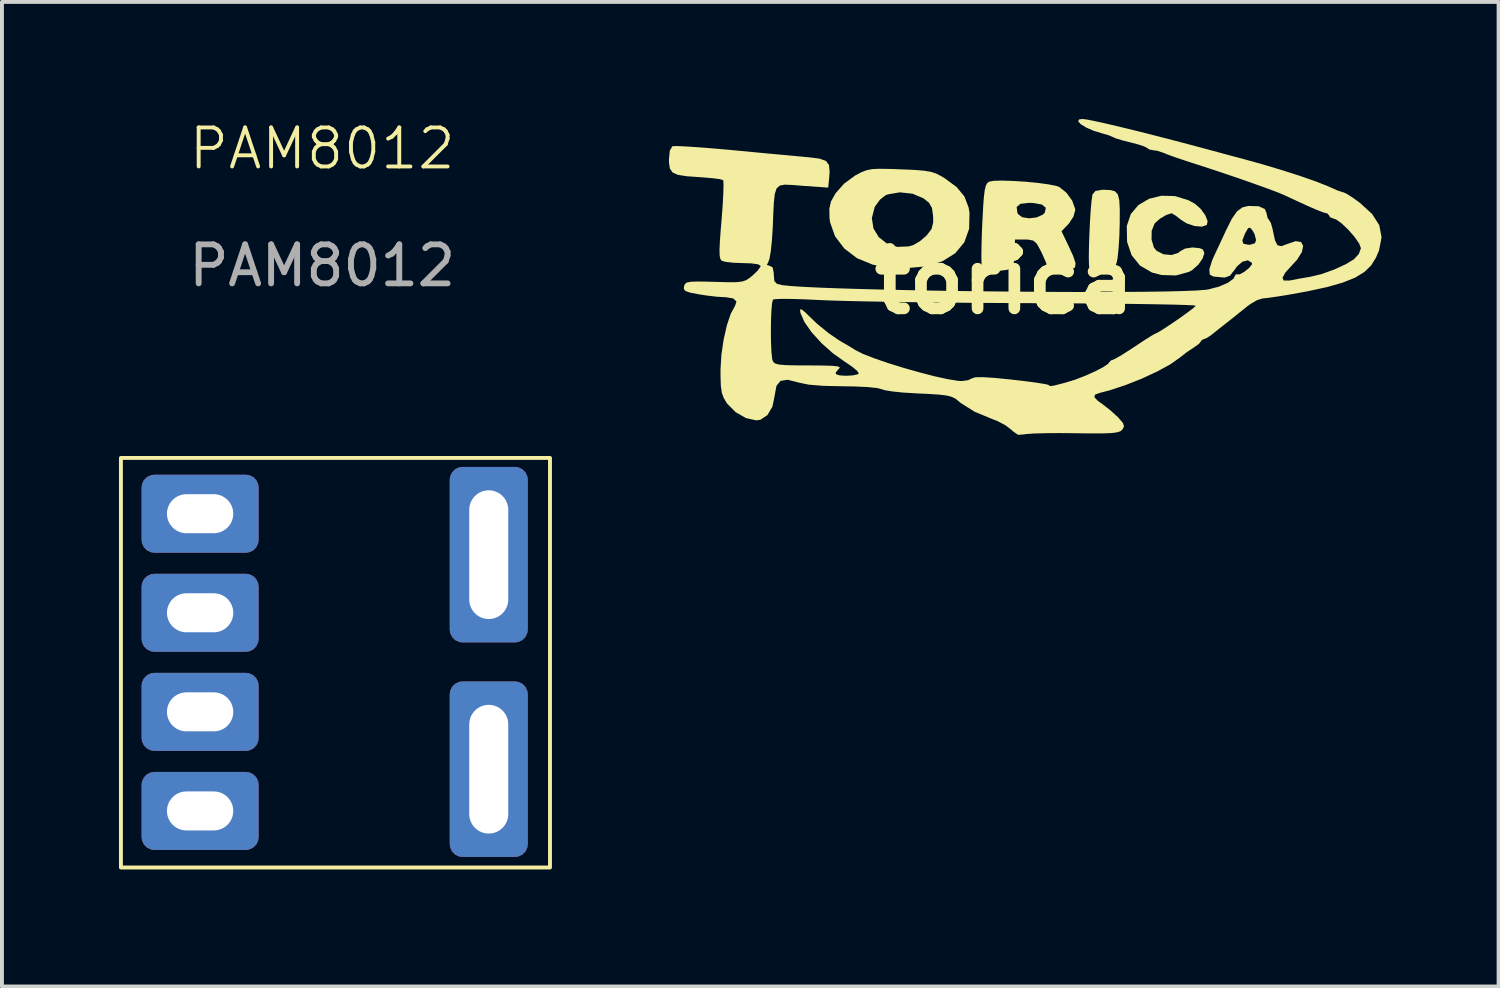
<source format=kicad_pcb>
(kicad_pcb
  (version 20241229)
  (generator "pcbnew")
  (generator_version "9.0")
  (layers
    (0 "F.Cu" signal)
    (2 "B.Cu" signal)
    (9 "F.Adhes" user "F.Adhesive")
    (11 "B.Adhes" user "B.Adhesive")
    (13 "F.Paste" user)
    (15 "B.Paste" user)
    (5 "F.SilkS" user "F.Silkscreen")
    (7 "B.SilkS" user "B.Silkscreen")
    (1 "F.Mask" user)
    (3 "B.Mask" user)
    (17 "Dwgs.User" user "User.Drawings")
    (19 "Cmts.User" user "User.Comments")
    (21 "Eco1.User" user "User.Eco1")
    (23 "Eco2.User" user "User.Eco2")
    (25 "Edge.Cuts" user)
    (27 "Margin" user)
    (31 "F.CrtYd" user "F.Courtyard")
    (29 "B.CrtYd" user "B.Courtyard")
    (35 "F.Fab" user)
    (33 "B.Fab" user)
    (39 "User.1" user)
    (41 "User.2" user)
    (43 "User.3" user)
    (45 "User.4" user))
  (footprint "PAM8012"
    (layer "F.Cu")
    (at 5.43 14.05)
    (property "Reference" "PAM8012" (at -0.22 -13.29 0) (unlocked yes) (layer "F.SilkS") (effects (font (size 1 1) (thickness 0.1))))
    (attr through_hole)
    (fp_rect (start -5.38 -5.36) (end 5.62 5.14) (stroke (width 0.1) (type default)) (fill no) (layer "F.SilkS"))
    (fp_text user "${REFERENCE}" (at -0.22 -10.29 0) (unlocked yes) (layer "F.Fab") (effects (font (size 1 1) (thickness 0.15))))
    (pad "1" thru_hole roundrect (at -3.35 -3.93) (size 3 2) (drill oval 1.7 1) (layers "*.Cu" "*.Mask") (roundrect_rratio 0.164))
    (pad "2" thru_hole roundrect (at -3.35 -1.39) (size 3 2) (drill oval 1.7 1) (layers "*.Cu" "*.Mask") (roundrect_rratio 0.164))
    (pad "3" thru_hole roundrect (at -3.35 1.15) (size 3 2) (drill oval 1.7 1) (layers "*.Cu" "*.Mask") (roundrect_rratio 0.164))
    (pad "4" thru_hole roundrect (at -3.35 3.69) (size 3 2) (drill oval 1.7 1) (layers "*.Cu" "*.Mask") (roundrect_rratio 0.164))
    (pad "5" thru_hole roundrect (at 4.05 -2.88) (size 2 4.5) (drill oval 1 3.3) (layers "*.Cu" "*.Mask") (roundrect_rratio 0.164))
    (pad "6" thru_hole roundrect (at 4.05 2.62) (size 2 4.5) (drill oval 1 3.3) (layers "*.Cu" "*.Mask") (roundrect_rratio 0.164)))
  (footprint "torica"
    (layer "F.Cu")
    (at 22.701 4.166)
    (property "Reference" "torica" (at 0 0 0) (layer "F.SilkS") (effects (font (size 1.524 1.524) (thickness 0.3))))
    (attr board_only exclude_from_pos_files exclude_from_bom)
    (fp_poly (pts (xy 2.715 -2.344) (xy 2.833 -2.312) (xy 2.906 -2.233) (xy 2.944 -2.085) (xy 2.957 -1.846) (xy 2.955 -1.497) (xy 2.955 -1.471) (xy 2.945 -1.14) (xy 2.925 -0.838) (xy 2.9 -0.602) (xy 2.878 -0.487) (xy 2.825 -0.35) (xy 2.744 -0.287) (xy 2.592 -0.269) (xy 2.519 -0.269) (xy 2.329 -0.285) (xy 2.201 -0.324) (xy 2.179 -0.344) (xy 2.167 -0.434) (xy 2.163 -0.627) (xy 2.167 -0.892) (xy 2.177 -1.198) (xy 2.192 -1.513) (xy 2.21 -1.808) (xy 2.231 -2.05) (xy 2.253 -2.209) (xy 2.259 -2.234) (xy 2.333 -2.32) (xy 2.502 -2.35) (xy 2.541 -2.351)) (stroke (width 0) (type solid)) (fill yes) (layer "F.SilkS"))
    (fp_poly (pts (xy 4.372 -2.189) (xy 4.717 -2.083) (xy 4.884 -1.991) (xy 5.032 -1.86) (xy 5.148 -1.7) (xy 5.208 -1.55) (xy 5.191 -1.45) (xy 5.063 -1.405) (xy 4.873 -1.422) (xy 4.67 -1.49) (xy 4.529 -1.579) (xy 4.39 -1.688) (xy 4.291 -1.745) (xy 4.279 -1.747) (xy 4.15 -1.706) (xy 3.988 -1.61) (xy 3.859 -1.496) (xy 3.849 -1.484) (xy 3.775 -1.3) (xy 3.771 -1.075) (xy 3.832 -0.872) (xy 3.898 -0.788) (xy 4.078 -0.697) (xy 4.283 -0.678) (xy 4.456 -0.732) (xy 4.502 -0.773) (xy 4.63 -0.843) (xy 4.821 -0.872) (xy 5.008 -0.853) (xy 5.086 -0.821) (xy 5.126 -0.728) (xy 5.08 -0.588) (xy 4.971 -0.432) (xy 4.818 -0.296) (xy 4.732 -0.246) (xy 4.396 -0.154) (xy 4.021 -0.166) (xy 3.783 -0.229) (xy 3.476 -0.406) (xy 3.26 -0.674) (xy 3.144 -1.015) (xy 3.137 -1.413) (xy 3.14 -1.434) (xy 3.24 -1.73) (xy 3.437 -1.961) (xy 3.708 -2.12) (xy 4.028 -2.198)) (stroke (width 0) (type solid)) (fill yes) (layer "F.SilkS"))
    (fp_poly (pts (xy -2.942 -2.885) (xy -2.663 -2.875) (xy -2.311 -2.86) (xy -2.062 -2.84) (xy -1.883 -2.81) (xy -1.742 -2.763) (xy -1.607 -2.692) (xy -1.535 -2.648) (xy -1.224 -2.419) (xy -1.025 -2.177) (xy -0.918 -1.894) (xy -0.896 -1.759) (xy -0.905 -1.351) (xy -1.029 -1.004) (xy -1.262 -0.723) (xy -1.596 -0.515) (xy -2.024 -0.385) (xy -2.539 -0.34) (xy -2.573 -0.341) (xy -2.873 -0.356) (xy -3.172 -0.391) (xy -3.379 -0.432) (xy -3.779 -0.596) (xy -4.107 -0.846) (xy -4.344 -1.16) (xy -4.471 -1.52) (xy -4.484 -1.62) (xy -3.4 -1.62) (xy -3.357 -1.357) (xy -3.221 -1.135) (xy -3.011 -0.971) (xy -2.748 -0.886) (xy -2.452 -0.899) (xy -2.329 -0.937) (xy -2.171 -1.029) (xy -2.004 -1.171) (xy -1.987 -1.189) (xy -1.87 -1.344) (xy -1.827 -1.512) (xy -1.829 -1.678) (xy -1.858 -1.884) (xy -1.934 -2.018) (xy -2.076 -2.131) (xy -2.357 -2.25) (xy -2.683 -2.285) (xy -2.993 -2.232) (xy -3.051 -2.208) (xy -3.193 -2.096) (xy -3.317 -1.924) (xy -3.328 -1.903) (xy -3.4 -1.62) (xy -4.484 -1.62) (xy -4.485 -1.627) (xy -4.489 -1.868) (xy -4.447 -2.051) (xy -4.338 -2.247) (xy -4.327 -2.264) (xy -4.109 -2.51) (xy -3.828 -2.716) (xy -3.809 -2.726) (xy -3.663 -2.802) (xy -3.535 -2.852) (xy -3.393 -2.88) (xy -3.206 -2.889)) (stroke (width 0) (type solid)) (fill yes) (layer "F.SilkS"))
    (fp_poly (pts (xy 0.229 -2.577) (xy 0.543 -2.557) (xy 0.854 -2.527) (xy 1.127 -2.49) (xy 1.329 -2.45) (xy 1.405 -2.422) (xy 1.589 -2.275) (xy 1.737 -2.071) (xy 1.811 -1.866) (xy 1.814 -1.826) (xy 1.769 -1.663) (xy 1.657 -1.491) (xy 1.639 -1.47) (xy 1.463 -1.287) (xy 1.635 -0.929) (xy 1.763 -0.651) (xy 1.823 -0.469) (xy 1.811 -0.363) (xy 1.722 -0.309) (xy 1.551 -0.286) (xy 1.494 -0.282) (xy 1.28 -0.278) (xy 1.164 -0.302) (xy 1.11 -0.365) (xy 1.104 -0.383) (xy 1.053 -0.515) (xy 0.968 -0.707) (xy 0.928 -0.79) (xy 0.831 -0.965) (xy 0.739 -1.048) (xy 0.603 -1.074) (xy 0.528 -1.075) (xy 0.269 -1.075) (xy 0.269 -0.753) (xy 0.253 -0.545) (xy 0.213 -0.389) (xy 0.188 -0.349) (xy 0.075 -0.3) (xy -0.109 -0.275) (xy -0.313 -0.273) (xy -0.486 -0.295) (xy -0.574 -0.341) (xy -0.586 -0.43) (xy -0.591 -0.628) (xy -0.588 -0.91) (xy -0.578 -1.252) (xy -0.57 -1.451) (xy -0.549 -1.851) (xy -0.546 -1.909) (xy 0.313 -1.909) (xy 0.331 -1.767) (xy 0.349 -1.727) (xy 0.457 -1.646) (xy 0.635 -1.619) (xy 0.828 -1.643) (xy 0.986 -1.714) (xy 1.035 -1.766) (xy 1.06 -1.89) (xy 0.96 -1.972) (xy 0.737 -2.012) (xy 0.627 -2.015) (xy 0.41 -1.99) (xy 0.313 -1.909) (xy -0.546 -1.909) (xy -0.53 -2.138) (xy -0.507 -2.331) (xy -0.479 -2.452) (xy -0.442 -2.521) (xy -0.394 -2.558) (xy -0.274 -2.581) (xy -0.055 -2.586)) (stroke (width 0) (type solid)) (fill yes) (layer "F.SilkS"))
    (fp_poly (pts (xy 2.129 -4.149) (xy 2.373 -4.099) (xy 2.715 -4.022) (xy 3.139 -3.921) (xy 3.631 -3.799) (xy 4.173 -3.66) (xy 4.75 -3.509) (xy 5.342 -3.35) (xy 5.623 -3.274) (xy 5.894 -3.201) (xy 6.081 -3.152) (xy 6.594 -3.01) (xy 7.096 -2.86) (xy 7.562 -2.711) (xy 7.963 -2.572) (xy 8.271 -2.451) (xy 8.362 -2.411) (xy 8.539 -2.333) (xy 8.667 -2.289) (xy 8.692 -2.285) (xy 8.775 -2.247) (xy 8.93 -2.148) (xy 9.11 -2.018) (xy 9.425 -1.732) (xy 9.61 -1.442) (xy 9.668 -1.134) (xy 9.604 -0.797) (xy 9.522 -0.605) (xy 9.399 -0.409) (xy 9.227 -0.243) (xy 8.992 -0.099) (xy 8.679 0.027) (xy 8.274 0.143) (xy 7.761 0.254) (xy 7.257 0.345) (xy 6.992 0.387) (xy 6.764 0.42) (xy 6.618 0.436) (xy 6.61 0.437) (xy 6.472 0.481) (xy 6.293 0.587) (xy 6.221 0.641) (xy 6.013 0.808) (xy 5.779 0.995) (xy 5.692 1.063) (xy 5.507 1.209) (xy 5.349 1.335) (xy 5.291 1.382) (xy 5.17 1.459) (xy 5.106 1.478) (xy 5.041 1.519) (xy 5.04 1.531) (xy 4.988 1.598) (xy 4.862 1.689) (xy 4.855 1.693) (xy 4.668 1.818) (xy 4.487 1.96) (xy 4.247 2.128) (xy 3.912 2.31) (xy 3.518 2.493) (xy 3.1 2.658) (xy 2.693 2.792) (xy 2.469 2.85) (xy 2.328 2.897) (xy 2.301 2.961) (xy 2.391 3.057) (xy 2.508 3.142) (xy 2.711 3.299) (xy 2.907 3.477) (xy 2.921 3.492) (xy 3.038 3.628) (xy 3.066 3.718) (xy 3.021 3.8) (xy 2.972 3.84) (xy 2.888 3.868) (xy 2.75 3.886) (xy 2.538 3.895) (xy 2.233 3.896) (xy 1.815 3.891) (xy 1.784 3.89) (xy 1.395 3.887) (xy 1.044 3.89) (xy 0.757 3.898) (xy 0.56 3.911) (xy 0.488 3.922) (xy 0.348 3.931) (xy 0.212 3.837) (xy 0.186 3.809) (xy 0.031 3.69) (xy -0.188 3.575) (xy -0.298 3.533) (xy -0.766 3.339) (xy -1.121 3.115) (xy -1.173 3.072) (xy -1.256 3.005) (xy -1.35 2.958) (xy -1.48 2.924) (xy -1.67 2.901) (xy -1.946 2.883) (xy -2.291 2.867) (xy -2.601 2.848) (xy -2.872 2.82) (xy -3.069 2.787) (xy -3.144 2.763) (xy -3.27 2.732) (xy -3.505 2.707) (xy -3.823 2.692) (xy -4.145 2.687) (xy -4.647 2.676) (xy -5.021 2.645) (xy -5.275 2.592) (xy -5.289 2.587) (xy -5.559 2.52) (xy -5.739 2.548) (xy -5.845 2.676) (xy -5.889 2.915) (xy -5.889 2.922) (xy -5.948 3.209) (xy -6.076 3.425) (xy -6.255 3.545) (xy -6.359 3.561) (xy -6.623 3.504) (xy -6.888 3.353) (xy -7.104 3.137) (xy -7.121 3.114) (xy -7.198 2.985) (xy -7.246 2.85) (xy -7.271 2.673) (xy -7.279 2.417) (xy -7.279 2.257) (xy -7.257 1.881) (xy -7.2 1.493) (xy -7.151 1.277) (xy -5.988 1.277) (xy -5.985 1.558) (xy -5.974 1.802) (xy -5.956 1.974) (xy -5.947 2.016) (xy -5.92 2.071) (xy -5.868 2.108) (xy -5.766 2.132) (xy -5.593 2.145) (xy -5.326 2.151) (xy -5.018 2.152) (xy -4.659 2.155) (xy -4.418 2.162) (xy -4.277 2.176) (xy -4.222 2.199) (xy -4.235 2.231) (xy -4.249 2.243) (xy -4.324 2.329) (xy -4.322 2.375) (xy -4.225 2.408) (xy -4.059 2.418) (xy -3.885 2.408) (xy -3.759 2.379) (xy -3.735 2.361) (xy -3.769 2.299) (xy -3.893 2.193) (xy -4.08 2.066) (xy -4.084 2.064) (xy -4.399 1.84) (xy -4.692 1.579) (xy -4.941 1.305) (xy -5.127 1.041) (xy -5.229 0.811) (xy -5.241 0.721) (xy -5.202 0.715) (xy -5.105 0.792) (xy -5.056 0.842) (xy -4.802 1.086) (xy -4.505 1.327) (xy -4.224 1.519) (xy -4.169 1.551) (xy -3.975 1.663) (xy -3.817 1.761) (xy -3.632 1.855) (xy -3.346 1.967) (xy -2.989 2.09) (xy -2.59 2.214) (xy -2.18 2.33) (xy -1.789 2.431) (xy -1.447 2.506) (xy -1.185 2.548) (xy -1.093 2.553) (xy -0.928 2.53) (xy -0.829 2.482) (xy -0.744 2.456) (xy -0.556 2.453) (xy -0.255 2.472) (xy 0.167 2.514) (xy 0.505 2.553) (xy 0.793 2.591) (xy 1.006 2.624) (xy 1.118 2.647) (xy 1.129 2.652) (xy 1.154 2.675) (xy 1.19 2.682) (xy 1.271 2.669) (xy 1.429 2.629) (xy 1.582 2.589) (xy 1.817 2.516) (xy 2.073 2.417) (xy 2.319 2.307) (xy 2.524 2.201) (xy 2.656 2.113) (xy 2.688 2.069) (xy 2.74 2.018) (xy 2.758 2.016) (xy 2.842 1.98) (xy 3.007 1.885) (xy 3.223 1.748) (xy 3.326 1.68) (xy 3.55 1.531) (xy 3.73 1.416) (xy 3.838 1.352) (xy 3.856 1.344) (xy 3.932 1.308) (xy 4.082 1.216) (xy 4.278 1.087) (xy 4.488 0.943) (xy 4.682 0.804) (xy 4.831 0.692) (xy 4.903 0.626) (xy 4.905 0.621) (xy 4.84 0.612) (xy 4.651 0.603) (xy 4.351 0.594) (xy 3.951 0.586) (xy 3.461 0.578) (xy 2.893 0.571) (xy 2.259 0.565) (xy 1.57 0.56) (xy 0.836 0.557) (xy 0.653 0.556) (xy -0.131 0.552) (xy -0.905 0.547) (xy -1.654 0.539) (xy -2.363 0.531) (xy -3.015 0.521) (xy -3.596 0.51) (xy -4.088 0.499) (xy -4.477 0.487) (xy -4.739 0.476) (xy -5.119 0.458) (xy -5.451 0.448) (xy -5.713 0.446) (xy -5.882 0.454) (xy -5.934 0.465) (xy -5.957 0.552) (xy -5.974 0.74) (xy -5.985 0.992) (xy -5.988 1.277) (xy -7.151 1.277) (xy -7.118 1.13) (xy -7.017 0.828) (xy -6.907 0.625) (xy -6.906 0.625) (xy -6.87 0.512) (xy -6.954 0.435) (xy -7.146 0.403) (xy -7.172 0.403) (xy -7.373 0.391) (xy -7.637 0.36) (xy -7.832 0.33) (xy -8.059 0.286) (xy -8.18 0.243) (xy -8.221 0.188) (xy -8.214 0.123) (xy -8.19 0.064) (xy -8.139 0.026) (xy -8.037 0.007) (xy -7.859 0.001) (xy -7.582 0.006) (xy -7.429 0.01) (xy -7.1 0.019) (xy -6.876 0.018) (xy -6.726 0.002) (xy -6.62 -0.034) (xy -6.528 -0.095) (xy -6.464 -0.147) (xy -6.33 -0.275) (xy -6.255 -0.378) (xy -6.249 -0.399) (xy -6.313 -0.439) (xy -6.488 -0.464) (xy -6.703 -0.471) (xy -6.947 -0.48) (xy -7.145 -0.502) (xy -7.247 -0.53) (xy -7.282 -0.573) (xy -7.301 -0.661) (xy -7.305 -0.814) (xy -7.294 -1.052) (xy -7.268 -1.396) (xy -7.253 -1.571) (xy -7.226 -1.921) (xy -7.209 -2.222) (xy -7.202 -2.45) (xy -7.207 -2.579) (xy -7.213 -2.599) (xy -7.296 -2.623) (xy -7.479 -2.647) (xy -7.727 -2.668) (xy -7.811 -2.674) (xy -8.148 -2.698) (xy -8.373 -2.734) (xy -8.509 -2.795) (xy -8.577 -2.895) (xy -8.6 -3.045) (xy -8.601 -3.129) (xy -8.579 -3.354) (xy -8.516 -3.463) (xy -8.508 -3.467) (xy -8.416 -3.472) (xy -8.211 -3.464) (xy -7.914 -3.445) (xy -7.545 -3.417) (xy -7.126 -3.381) (xy -6.945 -3.364) (xy -6.482 -3.32) (xy -6.035 -3.278) (xy -5.631 -3.241) (xy -5.297 -3.21) (xy -5.063 -3.188) (xy -5.022 -3.185) (xy -4.745 -3.15) (xy -4.578 -3.091) (xy -4.498 -2.985) (xy -4.482 -2.81) (xy -4.491 -2.683) (xy -4.518 -2.406) (xy -5.179 -2.453) (xy -5.441 -2.474) (xy -5.63 -2.482) (xy -5.759 -2.459) (xy -5.841 -2.386) (xy -5.887 -2.247) (xy -5.912 -2.022) (xy -5.928 -1.695) (xy -5.94 -1.387) (xy -5.961 -1.056) (xy -5.99 -0.777) (xy -6.024 -0.58) (xy -6.054 -0.497) (xy -6.092 -0.422) (xy -6.022 -0.403) (xy -5.943 -0.361) (xy -5.914 -0.219) (xy -5.913 -0.171) (xy -5.899 -0.011) (xy -5.832 0.062) (xy -5.695 0.094) (xy -5.473 0.117) (xy -5.136 0.139) (xy -4.696 0.16) (xy -4.168 0.179) (xy -3.565 0.197) (xy -2.9 0.213) (xy -2.187 0.228) (xy -1.44 0.241) (xy -0.672 0.251) (xy 0.103 0.259) (xy 0.871 0.265) (xy 1.62 0.269) (xy 2.336 0.27) (xy 3.004 0.268) (xy 3.612 0.264) (xy 4.145 0.256) (xy 4.591 0.245) (xy 4.936 0.231) (xy 5.165 0.213) (xy 5.226 0.204) (xy 5.5 0.132) (xy 5.726 0.035) (xy 5.872 -0.071) (xy 5.913 -0.153) (xy 5.942 -0.191) (xy 5.956 -0.181) (xy 6.034 -0.184) (xy 6.155 -0.251) (xy 6.274 -0.348) (xy 6.346 -0.439) (xy 6.347 -0.476) (xy 6.242 -0.542) (xy 6.102 -0.507) (xy 5.96 -0.385) (xy 5.91 -0.312) (xy 5.783 -0.149) (xy 5.65 -0.1) (xy 5.626 -0.101) (xy 5.448 -0.118) (xy 5.359 -0.126) (xy 5.264 -0.177) (xy 5.253 -0.314) (xy 5.326 -0.544) (xy 5.4 -0.71) (xy 5.519 -0.961) (xy 5.562 -1.055) (xy 6.099 -1.055) (xy 6.123 -0.969) (xy 6.25 -0.941) (xy 6.294 -0.941) (xy 6.423 -0.98) (xy 6.451 -1.062) (xy 6.412 -1.214) (xy 6.36 -1.308) (xy 6.294 -1.381) (xy 6.243 -1.361) (xy 6.171 -1.234) (xy 6.166 -1.224) (xy 6.099 -1.055) (xy 5.562 -1.055) (xy 5.637 -1.215) (xy 5.68 -1.31) (xy 5.83 -1.608) (xy 5.963 -1.798) (xy 6.101 -1.9) (xy 6.252 -1.936) (xy 6.52 -1.928) (xy 6.677 -1.856) (xy 6.72 -1.747) (xy 6.749 -1.622) (xy 6.781 -1.583) (xy 6.831 -1.497) (xy 6.877 -1.334) (xy 6.885 -1.292) (xy 6.936 -1.052) (xy 7.001 -0.928) (xy 7.098 -0.904) (xy 7.248 -0.96) (xy 7.253 -0.962) (xy 7.467 -1.034) (xy 7.604 -1.011) (xy 7.658 -0.911) (xy 7.625 -0.753) (xy 7.501 -0.556) (xy 7.392 -0.437) (xy 7.203 -0.231) (xy 7.127 -0.092) (xy 7.162 -0.023) (xy 7.311 -0.024) (xy 7.341 -0.03) (xy 7.561 -0.073) (xy 7.804 -0.114) (xy 7.827 -0.117) (xy 8.122 -0.187) (xy 8.453 -0.305) (xy 8.761 -0.447) (xy 8.961 -0.57) (xy 9.086 -0.707) (xy 9.139 -0.85) (xy 9.139 -0.852) (xy 9.092 -0.976) (xy 8.973 -1.146) (xy 8.814 -1.328) (xy 8.645 -1.488) (xy 8.5 -1.592) (xy 8.433 -1.613) (xy 8.344 -1.649) (xy 8.332 -1.68) (xy 8.28 -1.744) (xy 8.258 -1.747) (xy 8.164 -1.774) (xy 7.985 -1.844) (xy 7.76 -1.943) (xy 7.737 -1.953) (xy 7.497 -2.064) (xy 7.289 -2.16) (xy 7.159 -2.22) (xy 7.156 -2.222) (xy 6.992 -2.289) (xy 6.728 -2.388) (xy 6.391 -2.509) (xy 6.009 -2.643) (xy 5.609 -2.779) (xy 5.22 -2.908) (xy 4.939 -2.999) (xy 4.633 -3.098) (xy 4.367 -3.188) (xy 4.172 -3.259) (xy 4.083 -3.296) (xy 3.914 -3.352) (xy 3.835 -3.36) (xy 3.71 -3.385) (xy 3.669 -3.416) (xy 3.59 -3.459) (xy 3.419 -3.516) (xy 3.245 -3.561) (xy 3.025 -3.617) (xy 2.855 -3.669) (xy 2.789 -3.698) (xy 2.679 -3.746) (xy 2.52 -3.792) (xy 2.289 -3.862) (xy 2.095 -3.947) (xy 1.955 -4.033) (xy 1.889 -4.107) (xy 1.916 -4.155) (xy 1.999 -4.166)) (stroke (width 0) (type solid)) (fill yes) (layer "F.SilkS")))
  (gr_rect
    (start -3 -3)
    (end 35.369 22.241)
    (stroke (width 0.1) (type default))
    (fill no)
    (layer "Edge.Cuts")))
</source>
